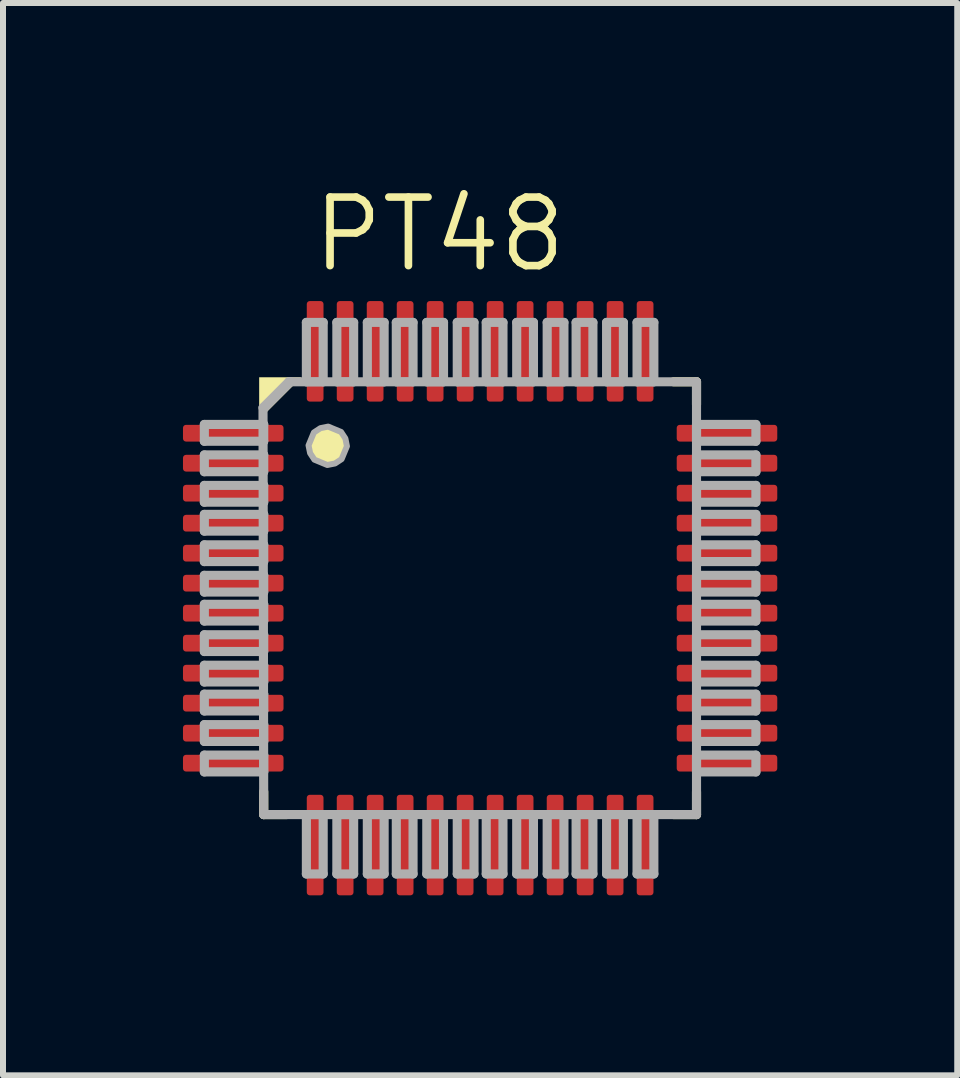
<source format=kicad_pcb>
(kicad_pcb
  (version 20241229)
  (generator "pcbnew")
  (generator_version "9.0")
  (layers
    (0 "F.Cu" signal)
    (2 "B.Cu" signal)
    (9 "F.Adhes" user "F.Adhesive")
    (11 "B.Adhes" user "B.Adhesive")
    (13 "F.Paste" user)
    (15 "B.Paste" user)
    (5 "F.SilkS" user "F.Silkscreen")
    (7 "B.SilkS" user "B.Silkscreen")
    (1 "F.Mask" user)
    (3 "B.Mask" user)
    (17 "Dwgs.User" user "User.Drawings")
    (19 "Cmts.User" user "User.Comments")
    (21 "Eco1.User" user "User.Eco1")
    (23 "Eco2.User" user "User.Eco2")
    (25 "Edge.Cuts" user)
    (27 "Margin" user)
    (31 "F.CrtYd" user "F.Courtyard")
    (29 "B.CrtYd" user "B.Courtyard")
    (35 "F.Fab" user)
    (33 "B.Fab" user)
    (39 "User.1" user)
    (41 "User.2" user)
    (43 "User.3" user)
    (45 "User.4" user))
  (footprint "PT48"
    (layer "F.Cu")
    (at 4.953 6.921)
    (property "Reference" "PT48" (at -2.857 -5.397 0) (layer "F.SilkS") (effects (font (size 1.143 1.143) (thickness 0.127)) (justify left bottom)))
    (fp_line (start -3.607 3.226) (end -3.607 3.607) (stroke (width 0.152) (type solid)) (layer "F.SilkS"))
    (fp_line (start -3.607 3.607) (end -3.226 3.607) (stroke (width 0.152) (type solid)) (layer "F.SilkS"))
    (fp_line (start 3.226 3.607) (end 3.607 3.607) (stroke (width 0.152) (type solid)) (layer "F.SilkS"))
    (fp_line (start 3.607 -3.607) (end 3.226 -3.607) (stroke (width 0.152) (type solid)) (layer "F.SilkS"))
    (fp_line (start 3.607 -3.226) (end 3.607 -3.607) (stroke (width 0.152) (type solid)) (layer "F.SilkS"))
    (fp_line (start 3.607 3.607) (end 3.607 3.226) (stroke (width 0.152) (type solid)) (layer "F.SilkS"))
    (fp_poly (pts (xy -3.683 -2.978) (xy -3.683 -3.683) (xy -2.978 -3.683)) (stroke (width 0) (type solid)) (fill yes) (layer "F.SilkS"))
    (fp_poly (pts (xy -2.318 -2.771) (xy -2.246 -2.662) (xy -2.22 -2.533) (xy -2.309 -2.318) (xy -2.418 -2.246) (xy -2.547 -2.22) (xy -2.762 -2.309) (xy -2.834 -2.418) (xy -2.86 -2.547) (xy -2.771 -2.762) (xy -2.662 -2.834) (xy -2.533 -2.86)) (stroke (width 0) (type solid)) (fill yes) (layer "F.SilkS"))
    (fp_line (start -4.597 -2.896) (end -4.597 -2.616) (stroke (width 0.152) (type solid)) (layer "F.Fab"))
    (fp_line (start -4.597 -2.616) (end -3.607 -2.616) (stroke (width 0.152) (type solid)) (layer "F.Fab"))
    (fp_line (start -4.597 -2.388) (end -4.597 -2.108) (stroke (width 0.152) (type solid)) (layer "F.Fab"))
    (fp_line (start -4.597 -2.108) (end -3.607 -2.108) (stroke (width 0.152) (type solid)) (layer "F.Fab"))
    (fp_line (start -4.597 -1.88) (end -4.597 -1.6) (stroke (width 0.152) (type solid)) (layer "F.Fab"))
    (fp_line (start -4.597 -1.6) (end -3.607 -1.6) (stroke (width 0.152) (type solid)) (layer "F.Fab"))
    (fp_line (start -4.597 -1.397) (end -4.597 -1.118) (stroke (width 0.152) (type solid)) (layer "F.Fab"))
    (fp_line (start -4.597 -1.118) (end -3.607 -1.118) (stroke (width 0.152) (type solid)) (layer "F.Fab"))
    (fp_line (start -4.597 -0.889) (end -4.597 -0.61) (stroke (width 0.152) (type solid)) (layer "F.Fab"))
    (fp_line (start -4.597 -0.61) (end -3.607 -0.61) (stroke (width 0.152) (type solid)) (layer "F.Fab"))
    (fp_line (start -4.597 -0.381) (end -4.597 -0.102) (stroke (width 0.152) (type solid)) (layer "F.Fab"))
    (fp_line (start -4.597 -0.102) (end -3.607 -0.102) (stroke (width 0.152) (type solid)) (layer "F.Fab"))
    (fp_line (start -4.597 0.102) (end -4.597 0.381) (stroke (width 0.152) (type solid)) (layer "F.Fab"))
    (fp_line (start -4.597 0.381) (end -3.607 0.381) (stroke (width 0.152) (type solid)) (layer "F.Fab"))
    (fp_line (start -4.597 0.61) (end -4.597 0.889) (stroke (width 0.152) (type solid)) (layer "F.Fab"))
    (fp_line (start -4.597 0.889) (end -3.607 0.889) (stroke (width 0.152) (type solid)) (layer "F.Fab"))
    (fp_line (start -4.597 1.118) (end -4.597 1.397) (stroke (width 0.152) (type solid)) (layer "F.Fab"))
    (fp_line (start -4.597 1.397) (end -3.607 1.397) (stroke (width 0.152) (type solid)) (layer "F.Fab"))
    (fp_line (start -4.597 1.6) (end -4.597 1.88) (stroke (width 0.152) (type solid)) (layer "F.Fab"))
    (fp_line (start -4.597 1.88) (end -3.607 1.88) (stroke (width 0.152) (type solid)) (layer "F.Fab"))
    (fp_line (start -4.597 2.108) (end -4.597 2.388) (stroke (width 0.152) (type solid)) (layer "F.Fab"))
    (fp_line (start -4.597 2.388) (end -3.607 2.388) (stroke (width 0.152) (type solid)) (layer "F.Fab"))
    (fp_line (start -4.597 2.616) (end -4.597 2.896) (stroke (width 0.152) (type solid)) (layer "F.Fab"))
    (fp_line (start -4.597 2.896) (end -3.607 2.896) (stroke (width 0.152) (type solid)) (layer "F.Fab"))
    (fp_line (start -3.619 -3.175) (end -3.607 3.607) (stroke (width 0.152) (type solid)) (layer "F.Fab"))
    (fp_line (start -3.607 -2.896) (end -4.597 -2.896) (stroke (width 0.152) (type solid)) (layer "F.Fab"))
    (fp_line (start -3.607 -2.616) (end -3.607 -2.896) (stroke (width 0.152) (type solid)) (layer "F.Fab"))
    (fp_line (start -3.607 -2.388) (end -4.597 -2.388) (stroke (width 0.152) (type solid)) (layer "F.Fab"))
    (fp_line (start -3.607 -2.108) (end -3.607 -2.388) (stroke (width 0.152) (type solid)) (layer "F.Fab"))
    (fp_line (start -3.607 -1.88) (end -4.597 -1.88) (stroke (width 0.152) (type solid)) (layer "F.Fab"))
    (fp_line (start -3.607 -1.6) (end -3.607 -1.88) (stroke (width 0.152) (type solid)) (layer "F.Fab"))
    (fp_line (start -3.607 -1.397) (end -4.597 -1.397) (stroke (width 0.152) (type solid)) (layer "F.Fab"))
    (fp_line (start -3.607 -1.118) (end -3.607 -1.397) (stroke (width 0.152) (type solid)) (layer "F.Fab"))
    (fp_line (start -3.607 -0.889) (end -4.597 -0.889) (stroke (width 0.152) (type solid)) (layer "F.Fab"))
    (fp_line (start -3.607 -0.61) (end -3.607 -0.889) (stroke (width 0.152) (type solid)) (layer "F.Fab"))
    (fp_line (start -3.607 -0.381) (end -4.597 -0.381) (stroke (width 0.152) (type solid)) (layer "F.Fab"))
    (fp_line (start -3.607 -0.102) (end -3.607 -0.381) (stroke (width 0.152) (type solid)) (layer "F.Fab"))
    (fp_line (start -3.607 0.102) (end -4.597 0.102) (stroke (width 0.152) (type solid)) (layer "F.Fab"))
    (fp_line (start -3.607 0.381) (end -3.607 0.102) (stroke (width 0.152) (type solid)) (layer "F.Fab"))
    (fp_line (start -3.607 0.61) (end -4.597 0.61) (stroke (width 0.152) (type solid)) (layer "F.Fab"))
    (fp_line (start -3.607 0.889) (end -3.607 0.61) (stroke (width 0.152) (type solid)) (layer "F.Fab"))
    (fp_line (start -3.607 1.118) (end -4.597 1.118) (stroke (width 0.152) (type solid)) (layer "F.Fab"))
    (fp_line (start -3.607 1.397) (end -3.607 1.118) (stroke (width 0.152) (type solid)) (layer "F.Fab"))
    (fp_line (start -3.607 1.6) (end -4.597 1.6) (stroke (width 0.152) (type solid)) (layer "F.Fab"))
    (fp_line (start -3.607 1.88) (end -3.607 1.6) (stroke (width 0.152) (type solid)) (layer "F.Fab"))
    (fp_line (start -3.607 2.108) (end -4.597 2.108) (stroke (width 0.152) (type solid)) (layer "F.Fab"))
    (fp_line (start -3.607 2.388) (end -3.607 2.108) (stroke (width 0.152) (type solid)) (layer "F.Fab"))
    (fp_line (start -3.607 2.616) (end -4.597 2.616) (stroke (width 0.152) (type solid)) (layer "F.Fab"))
    (fp_line (start -3.607 2.896) (end -3.607 2.616) (stroke (width 0.152) (type solid)) (layer "F.Fab"))
    (fp_line (start -3.607 3.607) (end 3.607 3.607) (stroke (width 0.152) (type solid)) (layer "F.Fab"))
    (fp_line (start -3.188 -3.607) (end -3.619 -3.175) (stroke (width 0.152) (type solid)) (layer "F.Fab"))
    (fp_line (start -3.162 -3.607) (end -3.607 -3.162) (stroke (width 0.152) (type solid)) (layer "F.Fab"))
    (fp_line (start -3.162 -3.607) (end -3.188 -3.607) (stroke (width 0.152) (type solid)) (layer "F.Fab"))
    (fp_line (start -2.896 -4.597) (end -2.896 -3.607) (stroke (width 0.152) (type solid)) (layer "F.Fab"))
    (fp_line (start -2.896 -3.607) (end -2.616 -3.607) (stroke (width 0.152) (type solid)) (layer "F.Fab"))
    (fp_line (start -2.896 3.607) (end -2.896 4.597) (stroke (width 0.152) (type solid)) (layer "F.Fab"))
    (fp_line (start -2.896 4.597) (end -2.616 4.597) (stroke (width 0.152) (type solid)) (layer "F.Fab"))
    (fp_line (start -2.616 -4.597) (end -2.896 -4.597) (stroke (width 0.152) (type solid)) (layer "F.Fab"))
    (fp_line (start -2.616 -3.607) (end -2.616 -4.597) (stroke (width 0.152) (type solid)) (layer "F.Fab"))
    (fp_line (start -2.616 3.607) (end -2.896 3.607) (stroke (width 0.152) (type solid)) (layer "F.Fab"))
    (fp_line (start -2.616 4.597) (end -2.616 3.607) (stroke (width 0.152) (type solid)) (layer "F.Fab"))
    (fp_line (start -2.388 -4.597) (end -2.388 -3.607) (stroke (width 0.152) (type solid)) (layer "F.Fab"))
    (fp_line (start -2.388 -3.607) (end -2.108 -3.607) (stroke (width 0.152) (type solid)) (layer "F.Fab"))
    (fp_line (start -2.388 3.607) (end -2.388 4.597) (stroke (width 0.152) (type solid)) (layer "F.Fab"))
    (fp_line (start -2.388 4.597) (end -2.108 4.597) (stroke (width 0.152) (type solid)) (layer "F.Fab"))
    (fp_line (start -2.108 -4.597) (end -2.388 -4.597) (stroke (width 0.152) (type solid)) (layer "F.Fab"))
    (fp_line (start -2.108 -3.607) (end -2.108 -4.597) (stroke (width 0.152) (type solid)) (layer "F.Fab"))
    (fp_line (start -2.108 3.607) (end -2.388 3.607) (stroke (width 0.152) (type solid)) (layer "F.Fab"))
    (fp_line (start -2.108 4.597) (end -2.108 3.607) (stroke (width 0.152) (type solid)) (layer "F.Fab"))
    (fp_line (start -1.88 -4.597) (end -1.88 -3.607) (stroke (width 0.152) (type solid)) (layer "F.Fab"))
    (fp_line (start -1.88 -3.607) (end -1.6 -3.607) (stroke (width 0.152) (type solid)) (layer "F.Fab"))
    (fp_line (start -1.88 3.607) (end -1.88 4.597) (stroke (width 0.152) (type solid)) (layer "F.Fab"))
    (fp_line (start -1.88 4.597) (end -1.6 4.597) (stroke (width 0.152) (type solid)) (layer "F.Fab"))
    (fp_line (start -1.6 -4.597) (end -1.88 -4.597) (stroke (width 0.152) (type solid)) (layer "F.Fab"))
    (fp_line (start -1.6 -3.607) (end -1.6 -4.597) (stroke (width 0.152) (type solid)) (layer "F.Fab"))
    (fp_line (start -1.6 3.607) (end -1.88 3.607) (stroke (width 0.152) (type solid)) (layer "F.Fab"))
    (fp_line (start -1.6 4.597) (end -1.6 3.607) (stroke (width 0.152) (type solid)) (layer "F.Fab"))
    (fp_line (start -1.397 -4.597) (end -1.397 -3.607) (stroke (width 0.152) (type solid)) (layer "F.Fab"))
    (fp_line (start -1.397 -3.607) (end -1.118 -3.607) (stroke (width 0.152) (type solid)) (layer "F.Fab"))
    (fp_line (start -1.397 3.607) (end -1.397 4.597) (stroke (width 0.152) (type solid)) (layer "F.Fab"))
    (fp_line (start -1.397 4.597) (end -1.118 4.597) (stroke (width 0.152) (type solid)) (layer "F.Fab"))
    (fp_line (start -1.118 -4.597) (end -1.397 -4.597) (stroke (width 0.152) (type solid)) (layer "F.Fab"))
    (fp_line (start -1.118 -3.607) (end -1.118 -4.597) (stroke (width 0.152) (type solid)) (layer "F.Fab"))
    (fp_line (start -1.118 3.607) (end -1.397 3.607) (stroke (width 0.152) (type solid)) (layer "F.Fab"))
    (fp_line (start -1.118 4.597) (end -1.118 3.607) (stroke (width 0.152) (type solid)) (layer "F.Fab"))
    (fp_line (start -0.889 -4.597) (end -0.889 -3.607) (stroke (width 0.152) (type solid)) (layer "F.Fab"))
    (fp_line (start -0.889 -3.607) (end -0.61 -3.607) (stroke (width 0.152) (type solid)) (layer "F.Fab"))
    (fp_line (start -0.889 3.607) (end -0.889 4.597) (stroke (width 0.152) (type solid)) (layer "F.Fab"))
    (fp_line (start -0.889 4.597) (end -0.61 4.597) (stroke (width 0.152) (type solid)) (layer "F.Fab"))
    (fp_line (start -0.61 -4.597) (end -0.889 -4.597) (stroke (width 0.152) (type solid)) (layer "F.Fab"))
    (fp_line (start -0.61 -3.607) (end -0.61 -4.597) (stroke (width 0.152) (type solid)) (layer "F.Fab"))
    (fp_line (start -0.61 3.607) (end -0.889 3.607) (stroke (width 0.152) (type solid)) (layer "F.Fab"))
    (fp_line (start -0.61 4.597) (end -0.61 3.607) (stroke (width 0.152) (type solid)) (layer "F.Fab"))
    (fp_line (start -0.381 -4.597) (end -0.381 -3.607) (stroke (width 0.152) (type solid)) (layer "F.Fab"))
    (fp_line (start -0.381 -3.607) (end -0.102 -3.607) (stroke (width 0.152) (type solid)) (layer "F.Fab"))
    (fp_line (start -0.381 3.607) (end -0.381 4.597) (stroke (width 0.152) (type solid)) (layer "F.Fab"))
    (fp_line (start -0.381 4.597) (end -0.102 4.597) (stroke (width 0.152) (type solid)) (layer "F.Fab"))
    (fp_line (start -0.102 -4.597) (end -0.381 -4.597) (stroke (width 0.152) (type solid)) (layer "F.Fab"))
    (fp_line (start -0.102 -3.607) (end -0.102 -4.597) (stroke (width 0.152) (type solid)) (layer "F.Fab"))
    (fp_line (start -0.102 3.607) (end -0.381 3.607) (stroke (width 0.152) (type solid)) (layer "F.Fab"))
    (fp_line (start -0.102 4.597) (end -0.102 3.607) (stroke (width 0.152) (type solid)) (layer "F.Fab"))
    (fp_line (start 0.102 -4.597) (end 0.102 -3.607) (stroke (width 0.152) (type solid)) (layer "F.Fab"))
    (fp_line (start 0.102 -3.607) (end 0.381 -3.607) (stroke (width 0.152) (type solid)) (layer "F.Fab"))
    (fp_line (start 0.102 3.607) (end 0.102 4.597) (stroke (width 0.152) (type solid)) (layer "F.Fab"))
    (fp_line (start 0.102 4.597) (end 0.381 4.597) (stroke (width 0.152) (type solid)) (layer "F.Fab"))
    (fp_line (start 0.381 -4.597) (end 0.102 -4.597) (stroke (width 0.152) (type solid)) (layer "F.Fab"))
    (fp_line (start 0.381 -3.607) (end 0.381 -4.597) (stroke (width 0.152) (type solid)) (layer "F.Fab"))
    (fp_line (start 0.381 4.597) (end 0.381 3.607) (stroke (width 0.152) (type solid)) (layer "F.Fab"))
    (fp_line (start 0.61 -4.597) (end 0.61 -3.607) (stroke (width 0.152) (type solid)) (layer "F.Fab"))
    (fp_line (start 0.61 -3.607) (end 0.889 -3.607) (stroke (width 0.152) (type solid)) (layer "F.Fab"))
    (fp_line (start 0.61 3.607) (end 0.61 4.597) (stroke (width 0.152) (type solid)) (layer "F.Fab"))
    (fp_line (start 0.61 4.597) (end 0.889 4.597) (stroke (width 0.152) (type solid)) (layer "F.Fab"))
    (fp_line (start 0.889 -4.597) (end 0.61 -4.597) (stroke (width 0.152) (type solid)) (layer "F.Fab"))
    (fp_line (start 0.889 -3.607) (end 0.889 -4.597) (stroke (width 0.152) (type solid)) (layer "F.Fab"))
    (fp_line (start 0.889 3.607) (end 0.61 3.607) (stroke (width 0.152) (type solid)) (layer "F.Fab"))
    (fp_line (start 0.889 4.597) (end 0.889 3.607) (stroke (width 0.152) (type solid)) (layer "F.Fab"))
    (fp_line (start 1.118 -4.597) (end 1.118 -3.607) (stroke (width 0.152) (type solid)) (layer "F.Fab"))
    (fp_line (start 1.118 -3.607) (end 1.397 -3.607) (stroke (width 0.152) (type solid)) (layer "F.Fab"))
    (fp_line (start 1.118 3.607) (end 1.118 4.597) (stroke (width 0.152) (type solid)) (layer "F.Fab"))
    (fp_line (start 1.118 4.597) (end 1.397 4.597) (stroke (width 0.152) (type solid)) (layer "F.Fab"))
    (fp_line (start 1.397 -4.597) (end 1.118 -4.597) (stroke (width 0.152) (type solid)) (layer "F.Fab"))
    (fp_line (start 1.397 -3.607) (end 1.397 -4.597) (stroke (width 0.152) (type solid)) (layer "F.Fab"))
    (fp_line (start 1.397 3.607) (end 1.118 3.607) (stroke (width 0.152) (type solid)) (layer "F.Fab"))
    (fp_line (start 1.397 4.597) (end 1.397 3.607) (stroke (width 0.152) (type solid)) (layer "F.Fab"))
    (fp_line (start 1.6 -4.597) (end 1.6 -3.607) (stroke (width 0.152) (type solid)) (layer "F.Fab"))
    (fp_line (start 1.6 -3.607) (end 1.88 -3.607) (stroke (width 0.152) (type solid)) (layer "F.Fab"))
    (fp_line (start 1.6 3.607) (end 1.6 4.597) (stroke (width 0.152) (type solid)) (layer "F.Fab"))
    (fp_line (start 1.6 4.597) (end 1.88 4.597) (stroke (width 0.152) (type solid)) (layer "F.Fab"))
    (fp_line (start 1.88 -4.597) (end 1.6 -4.597) (stroke (width 0.152) (type solid)) (layer "F.Fab"))
    (fp_line (start 1.88 -3.607) (end 1.88 -4.597) (stroke (width 0.152) (type solid)) (layer "F.Fab"))
    (fp_line (start 1.88 3.607) (end 1.6 3.607) (stroke (width 0.152) (type solid)) (layer "F.Fab"))
    (fp_line (start 1.88 4.597) (end 1.88 3.607) (stroke (width 0.152) (type solid)) (layer "F.Fab"))
    (fp_line (start 2.108 -4.597) (end 2.108 -3.607) (stroke (width 0.152) (type solid)) (layer "F.Fab"))
    (fp_line (start 2.108 -3.607) (end 2.388 -3.607) (stroke (width 0.152) (type solid)) (layer "F.Fab"))
    (fp_line (start 2.108 3.607) (end 2.108 4.597) (stroke (width 0.152) (type solid)) (layer "F.Fab"))
    (fp_line (start 2.108 4.597) (end 2.388 4.597) (stroke (width 0.152) (type solid)) (layer "F.Fab"))
    (fp_line (start 2.388 -4.597) (end 2.108 -4.597) (stroke (width 0.152) (type solid)) (layer "F.Fab"))
    (fp_line (start 2.388 -3.607) (end 2.388 -4.597) (stroke (width 0.152) (type solid)) (layer "F.Fab"))
    (fp_line (start 2.388 3.607) (end 2.108 3.607) (stroke (width 0.152) (type solid)) (layer "F.Fab"))
    (fp_line (start 2.388 4.597) (end 2.388 3.607) (stroke (width 0.152) (type solid)) (layer "F.Fab"))
    (fp_line (start 2.616 -4.597) (end 2.616 -3.607) (stroke (width 0.152) (type solid)) (layer "F.Fab"))
    (fp_line (start 2.616 -3.607) (end 2.896 -3.607) (stroke (width 0.152) (type solid)) (layer "F.Fab"))
    (fp_line (start 2.616 3.607) (end 2.616 4.597) (stroke (width 0.152) (type solid)) (layer "F.Fab"))
    (fp_line (start 2.616 4.597) (end 2.896 4.597) (stroke (width 0.152) (type solid)) (layer "F.Fab"))
    (fp_line (start 2.896 -4.597) (end 2.616 -4.597) (stroke (width 0.152) (type solid)) (layer "F.Fab"))
    (fp_line (start 2.896 -3.607) (end 2.896 -4.597) (stroke (width 0.152) (type solid)) (layer "F.Fab"))
    (fp_line (start 2.896 3.607) (end 2.616 3.607) (stroke (width 0.152) (type solid)) (layer "F.Fab"))
    (fp_line (start 2.896 4.597) (end 2.896 3.607) (stroke (width 0.152) (type solid)) (layer "F.Fab"))
    (fp_line (start 3.607 -3.607) (end -3.162 -3.607) (stroke (width 0.152) (type solid)) (layer "F.Fab"))
    (fp_line (start 3.607 -2.896) (end 3.607 -2.616) (stroke (width 0.152) (type solid)) (layer "F.Fab"))
    (fp_line (start 3.607 -2.616) (end 4.597 -2.616) (stroke (width 0.152) (type solid)) (layer "F.Fab"))
    (fp_line (start 3.607 -2.388) (end 3.607 -2.108) (stroke (width 0.152) (type solid)) (layer "F.Fab"))
    (fp_line (start 3.607 -2.108) (end 4.597 -2.108) (stroke (width 0.152) (type solid)) (layer "F.Fab"))
    (fp_line (start 3.607 -1.88) (end 3.607 -1.6) (stroke (width 0.152) (type solid)) (layer "F.Fab"))
    (fp_line (start 3.607 -1.6) (end 4.597 -1.6) (stroke (width 0.152) (type solid)) (layer "F.Fab"))
    (fp_line (start 3.607 -1.397) (end 3.607 -1.118) (stroke (width 0.152) (type solid)) (layer "F.Fab"))
    (fp_line (start 3.607 -1.118) (end 4.597 -1.118) (stroke (width 0.152) (type solid)) (layer "F.Fab"))
    (fp_line (start 3.607 -0.889) (end 3.607 -0.61) (stroke (width 0.152) (type solid)) (layer "F.Fab"))
    (fp_line (start 3.607 -0.61) (end 4.597 -0.61) (stroke (width 0.152) (type solid)) (layer "F.Fab"))
    (fp_line (start 3.607 -0.381) (end 3.607 -0.102) (stroke (width 0.152) (type solid)) (layer "F.Fab"))
    (fp_line (start 3.607 -0.102) (end 4.597 -0.102) (stroke (width 0.152) (type solid)) (layer "F.Fab"))
    (fp_line (start 3.607 0.102) (end 3.607 0.381) (stroke (width 0.152) (type solid)) (layer "F.Fab"))
    (fp_line (start 3.607 0.381) (end 4.597 0.381) (stroke (width 0.152) (type solid)) (layer "F.Fab"))
    (fp_line (start 3.607 0.61) (end 3.607 0.889) (stroke (width 0.152) (type solid)) (layer "F.Fab"))
    (fp_line (start 3.607 0.889) (end 4.597 0.889) (stroke (width 0.152) (type solid)) (layer "F.Fab"))
    (fp_line (start 3.607 1.118) (end 3.607 1.397) (stroke (width 0.152) (type solid)) (layer "F.Fab"))
    (fp_line (start 3.607 1.397) (end 4.597 1.397) (stroke (width 0.152) (type solid)) (layer "F.Fab"))
    (fp_line (start 3.607 1.6) (end 3.607 1.88) (stroke (width 0.152) (type solid)) (layer "F.Fab"))
    (fp_line (start 3.607 1.88) (end 4.597 1.88) (stroke (width 0.152) (type solid)) (layer "F.Fab"))
    (fp_line (start 3.607 2.108) (end 3.607 2.388) (stroke (width 0.152) (type solid)) (layer "F.Fab"))
    (fp_line (start 3.607 2.388) (end 4.597 2.388) (stroke (width 0.152) (type solid)) (layer "F.Fab"))
    (fp_line (start 3.607 2.616) (end 3.607 2.896) (stroke (width 0.152) (type solid)) (layer "F.Fab"))
    (fp_line (start 3.607 2.896) (end 4.597 2.896) (stroke (width 0.152) (type solid)) (layer "F.Fab"))
    (fp_line (start 3.607 3.607) (end 3.607 -3.607) (stroke (width 0.152) (type solid)) (layer "F.Fab"))
    (fp_line (start 4.597 -2.896) (end 3.607 -2.896) (stroke (width 0.152) (type solid)) (layer "F.Fab"))
    (fp_line (start 4.597 -2.616) (end 4.597 -2.896) (stroke (width 0.152) (type solid)) (layer "F.Fab"))
    (fp_line (start 4.597 -2.388) (end 3.607 -2.388) (stroke (width 0.152) (type solid)) (layer "F.Fab"))
    (fp_line (start 4.597 -2.108) (end 4.597 -2.388) (stroke (width 0.152) (type solid)) (layer "F.Fab"))
    (fp_line (start 4.597 -1.88) (end 3.607 -1.88) (stroke (width 0.152) (type solid)) (layer "F.Fab"))
    (fp_line (start 4.597 -1.6) (end 4.597 -1.88) (stroke (width 0.152) (type solid)) (layer "F.Fab"))
    (fp_line (start 4.597 -1.397) (end 3.607 -1.397) (stroke (width 0.152) (type solid)) (layer "F.Fab"))
    (fp_line (start 4.597 -1.118) (end 4.597 -1.397) (stroke (width 0.152) (type solid)) (layer "F.Fab"))
    (fp_line (start 4.597 -0.889) (end 3.607 -0.889) (stroke (width 0.152) (type solid)) (layer "F.Fab"))
    (fp_line (start 4.597 -0.61) (end 4.597 -0.889) (stroke (width 0.152) (type solid)) (layer "F.Fab"))
    (fp_line (start 4.597 -0.381) (end 3.607 -0.381) (stroke (width 0.152) (type solid)) (layer "F.Fab"))
    (fp_line (start 4.597 -0.102) (end 4.597 -0.381) (stroke (width 0.152) (type solid)) (layer "F.Fab"))
    (fp_line (start 4.597 0.102) (end 3.607 0.102) (stroke (width 0.152) (type solid)) (layer "F.Fab"))
    (fp_line (start 4.597 0.381) (end 4.597 0.102) (stroke (width 0.152) (type solid)) (layer "F.Fab"))
    (fp_line (start 4.597 0.61) (end 3.607 0.61) (stroke (width 0.152) (type solid)) (layer "F.Fab"))
    (fp_line (start 4.597 0.889) (end 4.597 0.61) (stroke (width 0.152) (type solid)) (layer "F.Fab"))
    (fp_line (start 4.597 1.118) (end 3.607 1.118) (stroke (width 0.152) (type solid)) (layer "F.Fab"))
    (fp_line (start 4.597 1.397) (end 4.597 1.118) (stroke (width 0.152) (type solid)) (layer "F.Fab"))
    (fp_line (start 4.597 1.6) (end 3.607 1.6) (stroke (width 0.152) (type solid)) (layer "F.Fab"))
    (fp_line (start 4.597 1.88) (end 4.597 1.6) (stroke (width 0.152) (type solid)) (layer "F.Fab"))
    (fp_line (start 4.597 2.108) (end 3.607 2.108) (stroke (width 0.152) (type solid)) (layer "F.Fab"))
    (fp_line (start 4.597 2.388) (end 4.597 2.108) (stroke (width 0.152) (type solid)) (layer "F.Fab"))
    (fp_line (start 4.597 2.616) (end 3.607 2.616) (stroke (width 0.152) (type solid)) (layer "F.Fab"))
    (fp_line (start 4.597 2.896) (end 4.597 2.616) (stroke (width 0.152) (type solid)) (layer "F.Fab"))
    (fp_poly (pts (xy -2.318 -2.771) (xy -2.246 -2.662) (xy -2.22 -2.533) (xy -2.309 -2.318) (xy -2.418 -2.246) (xy -2.547 -2.22) (xy -2.762 -2.309) (xy -2.834 -2.418) (xy -2.86 -2.547) (xy -2.771 -2.762) (xy -2.662 -2.834) (xy -2.533 -2.86)) (stroke (width 0.1) (type solid)) (fill no) (layer "F.Fab"))
    (pad "1" smd roundrect (at -4.115 -2.75 270) (size 0.279 1.676) (layers "F.Cu" "F.Mask" "F.Paste") (roundrect_rratio 0.182))
    (pad "2" smd roundrect (at -4.115 -2.25 270) (size 0.279 1.676) (layers "F.Cu" "F.Mask" "F.Paste") (roundrect_rratio 0.182))
    (pad "3" smd roundrect (at -4.115 -1.75 270) (size 0.279 1.676) (layers "F.Cu" "F.Mask" "F.Paste") (roundrect_rratio 0.182))
    (pad "4" smd roundrect (at -4.115 -1.25 270) (size 0.279 1.676) (layers "F.Cu" "F.Mask" "F.Paste") (roundrect_rratio 0.182))
    (pad "5" smd roundrect (at -4.115 -0.75 270) (size 0.279 1.676) (layers "F.Cu" "F.Mask" "F.Paste") (roundrect_rratio 0.182))
    (pad "6" smd roundrect (at -4.115 -0.25 270) (size 0.279 1.676) (layers "F.Cu" "F.Mask" "F.Paste") (roundrect_rratio 0.182))
    (pad "7" smd roundrect (at -4.115 0.25 270) (size 0.279 1.676) (layers "F.Cu" "F.Mask" "F.Paste") (roundrect_rratio 0.182))
    (pad "8" smd roundrect (at -4.115 0.75 270) (size 0.279 1.676) (layers "F.Cu" "F.Mask" "F.Paste") (roundrect_rratio 0.182))
    (pad "9" smd roundrect (at -4.115 1.25 270) (size 0.279 1.676) (layers "F.Cu" "F.Mask" "F.Paste") (roundrect_rratio 0.182))
    (pad "10" smd roundrect (at -4.115 1.75 270) (size 0.279 1.676) (layers "F.Cu" "F.Mask" "F.Paste") (roundrect_rratio 0.182))
    (pad "11" smd roundrect (at -4.115 2.25 270) (size 0.279 1.676) (layers "F.Cu" "F.Mask" "F.Paste") (roundrect_rratio 0.182))
    (pad "12" smd roundrect (at -4.115 2.75 270) (size 0.279 1.676) (layers "F.Cu" "F.Mask" "F.Paste") (roundrect_rratio 0.182))
    (pad "13" smd roundrect (at -2.75 4.115 180) (size 0.279 1.676) (layers "F.Cu" "F.Mask" "F.Paste") (roundrect_rratio 0.182))
    (pad "14" smd roundrect (at -2.25 4.115 180) (size 0.279 1.676) (layers "F.Cu" "F.Mask" "F.Paste") (roundrect_rratio 0.182))
    (pad "15" smd roundrect (at -1.75 4.115 180) (size 0.279 1.676) (layers "F.Cu" "F.Mask" "F.Paste") (roundrect_rratio 0.182))
    (pad "16" smd roundrect (at -1.25 4.115 180) (size 0.279 1.676) (layers "F.Cu" "F.Mask" "F.Paste") (roundrect_rratio 0.182))
    (pad "17" smd roundrect (at -0.75 4.115 180) (size 0.279 1.676) (layers "F.Cu" "F.Mask" "F.Paste") (roundrect_rratio 0.182))
    (pad "18" smd roundrect (at -0.25 4.115 180) (size 0.279 1.676) (layers "F.Cu" "F.Mask" "F.Paste") (roundrect_rratio 0.182))
    (pad "19" smd roundrect (at 0.25 4.115 180) (size 0.279 1.676) (layers "F.Cu" "F.Mask" "F.Paste") (roundrect_rratio 0.182))
    (pad "20" smd roundrect (at 0.75 4.115 180) (size 0.279 1.676) (layers "F.Cu" "F.Mask" "F.Paste") (roundrect_rratio 0.182))
    (pad "21" smd roundrect (at 1.25 4.115 180) (size 0.279 1.676) (layers "F.Cu" "F.Mask" "F.Paste") (roundrect_rratio 0.182))
    (pad "22" smd roundrect (at 1.75 4.115 180) (size 0.279 1.676) (layers "F.Cu" "F.Mask" "F.Paste") (roundrect_rratio 0.182))
    (pad "23" smd roundrect (at 2.25 4.115 180) (size 0.279 1.676) (layers "F.Cu" "F.Mask" "F.Paste") (roundrect_rratio 0.182))
    (pad "24" smd roundrect (at 2.75 4.115 180) (size 0.279 1.676) (layers "F.Cu" "F.Mask" "F.Paste") (roundrect_rratio 0.182))
    (pad "25" smd roundrect (at 4.115 2.75 270) (size 0.279 1.676) (layers "F.Cu" "F.Mask" "F.Paste") (roundrect_rratio 0.182))
    (pad "26" smd roundrect (at 4.115 2.25 270) (size 0.279 1.676) (layers "F.Cu" "F.Mask" "F.Paste") (roundrect_rratio 0.182))
    (pad "27" smd roundrect (at 4.115 1.75 270) (size 0.279 1.676) (layers "F.Cu" "F.Mask" "F.Paste") (roundrect_rratio 0.182))
    (pad "28" smd roundrect (at 4.115 1.25 270) (size 0.279 1.676) (layers "F.Cu" "F.Mask" "F.Paste") (roundrect_rratio 0.182))
    (pad "29" smd roundrect (at 4.115 0.75 270) (size 0.279 1.676) (layers "F.Cu" "F.Mask" "F.Paste") (roundrect_rratio 0.182))
    (pad "30" smd roundrect (at 4.115 0.25 270) (size 0.279 1.676) (layers "F.Cu" "F.Mask" "F.Paste") (roundrect_rratio 0.182))
    (pad "31" smd roundrect (at 4.115 -0.25 270) (size 0.279 1.676) (layers "F.Cu" "F.Mask" "F.Paste") (roundrect_rratio 0.182))
    (pad "32" smd roundrect (at 4.115 -0.75 270) (size 0.279 1.676) (layers "F.Cu" "F.Mask" "F.Paste") (roundrect_rratio 0.182))
    (pad "33" smd roundrect (at 4.115 -1.25 270) (size 0.279 1.676) (layers "F.Cu" "F.Mask" "F.Paste") (roundrect_rratio 0.182))
    (pad "34" smd roundrect (at 4.115 -1.75 270) (size 0.279 1.676) (layers "F.Cu" "F.Mask" "F.Paste") (roundrect_rratio 0.182))
    (pad "35" smd roundrect (at 4.115 -2.25 270) (size 0.279 1.676) (layers "F.Cu" "F.Mask" "F.Paste") (roundrect_rratio 0.182))
    (pad "36" smd roundrect (at 4.115 -2.75 270) (size 0.279 1.676) (layers "F.Cu" "F.Mask" "F.Paste") (roundrect_rratio 0.182))
    (pad "37" smd roundrect (at 2.75 -4.115 180) (size 0.279 1.676) (layers "F.Cu" "F.Mask" "F.Paste") (roundrect_rratio 0.182))
    (pad "38" smd roundrect (at 2.25 -4.115 180) (size 0.279 1.676) (layers "F.Cu" "F.Mask" "F.Paste") (roundrect_rratio 0.182))
    (pad "39" smd roundrect (at 1.75 -4.115 180) (size 0.279 1.676) (layers "F.Cu" "F.Mask" "F.Paste") (roundrect_rratio 0.182))
    (pad "40" smd roundrect (at 1.25 -4.115 180) (size 0.279 1.676) (layers "F.Cu" "F.Mask" "F.Paste") (roundrect_rratio 0.182))
    (pad "41" smd roundrect (at 0.75 -4.115 180) (size 0.279 1.676) (layers "F.Cu" "F.Mask" "F.Paste") (roundrect_rratio 0.182))
    (pad "42" smd roundrect (at 0.25 -4.115 180) (size 0.279 1.676) (layers "F.Cu" "F.Mask" "F.Paste") (roundrect_rratio 0.182))
    (pad "43" smd roundrect (at -0.25 -4.115 180) (size 0.279 1.676) (layers "F.Cu" "F.Mask" "F.Paste") (roundrect_rratio 0.182))
    (pad "44" smd roundrect (at -0.75 -4.115 180) (size 0.279 1.676) (layers "F.Cu" "F.Mask" "F.Paste") (roundrect_rratio 0.182))
    (pad "45" smd roundrect (at -1.25 -4.115 180) (size 0.279 1.676) (layers "F.Cu" "F.Mask" "F.Paste") (roundrect_rratio 0.182))
    (pad "46" smd roundrect (at -1.75 -4.115 180) (size 0.279 1.676) (layers "F.Cu" "F.Mask" "F.Paste") (roundrect_rratio 0.182))
    (pad "47" smd roundrect (at -2.25 -4.115 180) (size 0.279 1.676) (layers "F.Cu" "F.Mask" "F.Paste") (roundrect_rratio 0.182))
    (pad "48" smd roundrect (at -2.75 -4.115 180) (size 0.279 1.676) (layers "F.Cu" "F.Mask" "F.Paste") (roundrect_rratio 0.182)))
  (gr_rect
    (start -3 -3)
    (end 12.906 14.874)
    (stroke (width 0.1) (type default))
    (fill no)
    (layer "Edge.Cuts")))
</source>
